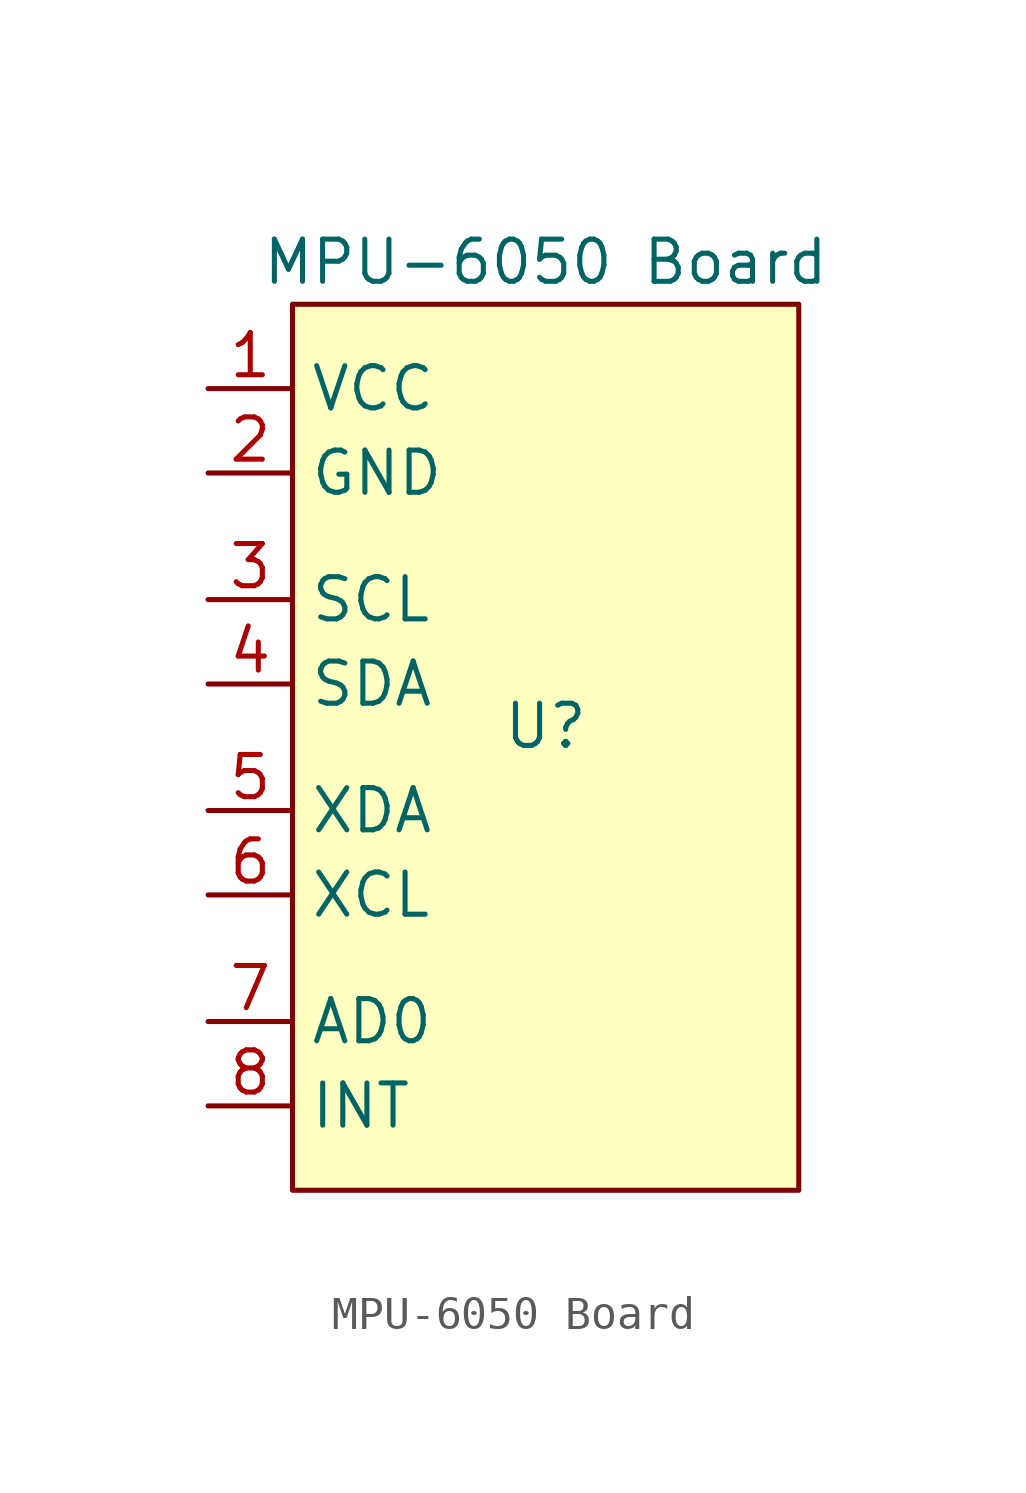
<source format=kicad_sym>
(kicad_symbol_lib
  (version 20211014)
  (generator kicad_symbol_editor)
  (symbol "MPU-6050 Board"
    (property "Reference" "U"
      (at 0 0 0)
      (effects (font (size 1.27 1.27))))
    (property "Value" "MPU-6050 Board"
      (at 0 13.97 0)
      (effects (font (size 1.27 1.27))))
    (symbol "MPU-6050 Board_0_1"
      (rectangle (start -7.62 12.7) (end 7.62 -13.97) (stroke (width 0) (type default) (color 0 0 0 0)) (fill (type background))))
    (symbol "MPU-6050 Board_1_1"
      (pin power_in line (at -10.16 10.16 0) (length 2.54) (name "VCC" (effects (font (size 1.27 1.27)))) (number "1" (effects (font (size 1.27 1.27)))))
      (pin power_in line (at -10.16 7.62 0) (length 2.54) (name "GND" (effects (font (size 1.27 1.27)))) (number "2" (effects (font (size 1.27 1.27)))))
      (pin input line (at -10.16 3.81 0) (length 2.54) (name "SCL" (effects (font (size 1.27 1.27)))) (number "3" (effects (font (size 1.27 1.27)))))
      (pin bidirectional line (at -10.16 1.27 0) (length 2.54) (name "SDA" (effects (font (size 1.27 1.27)))) (number "4" (effects (font (size 1.27 1.27)))))
      (pin bidirectional line (at -10.16 -2.54 0) (length 2.54) (name "XDA" (effects (font (size 1.27 1.27)))) (number "5" (effects (font (size 1.27 1.27)))))
      (pin input line (at -10.16 -5.08 0) (length 2.54) (name "XCL" (effects (font (size 1.27 1.27)))) (number "6" (effects (font (size 1.27 1.27)))))
      (pin input line (at -10.16 -8.89 0) (length 2.54) (name "AD0" (effects (font (size 1.27 1.27)))) (number "7" (effects (font (size 1.27 1.27)))))
      (pin output line (at -10.16 -11.43 0) (length 2.54) (name "INT" (effects (font (size 1.27 1.27)))) (number "8" (effects (font (size 1.27 1.27))))))))
</source>
